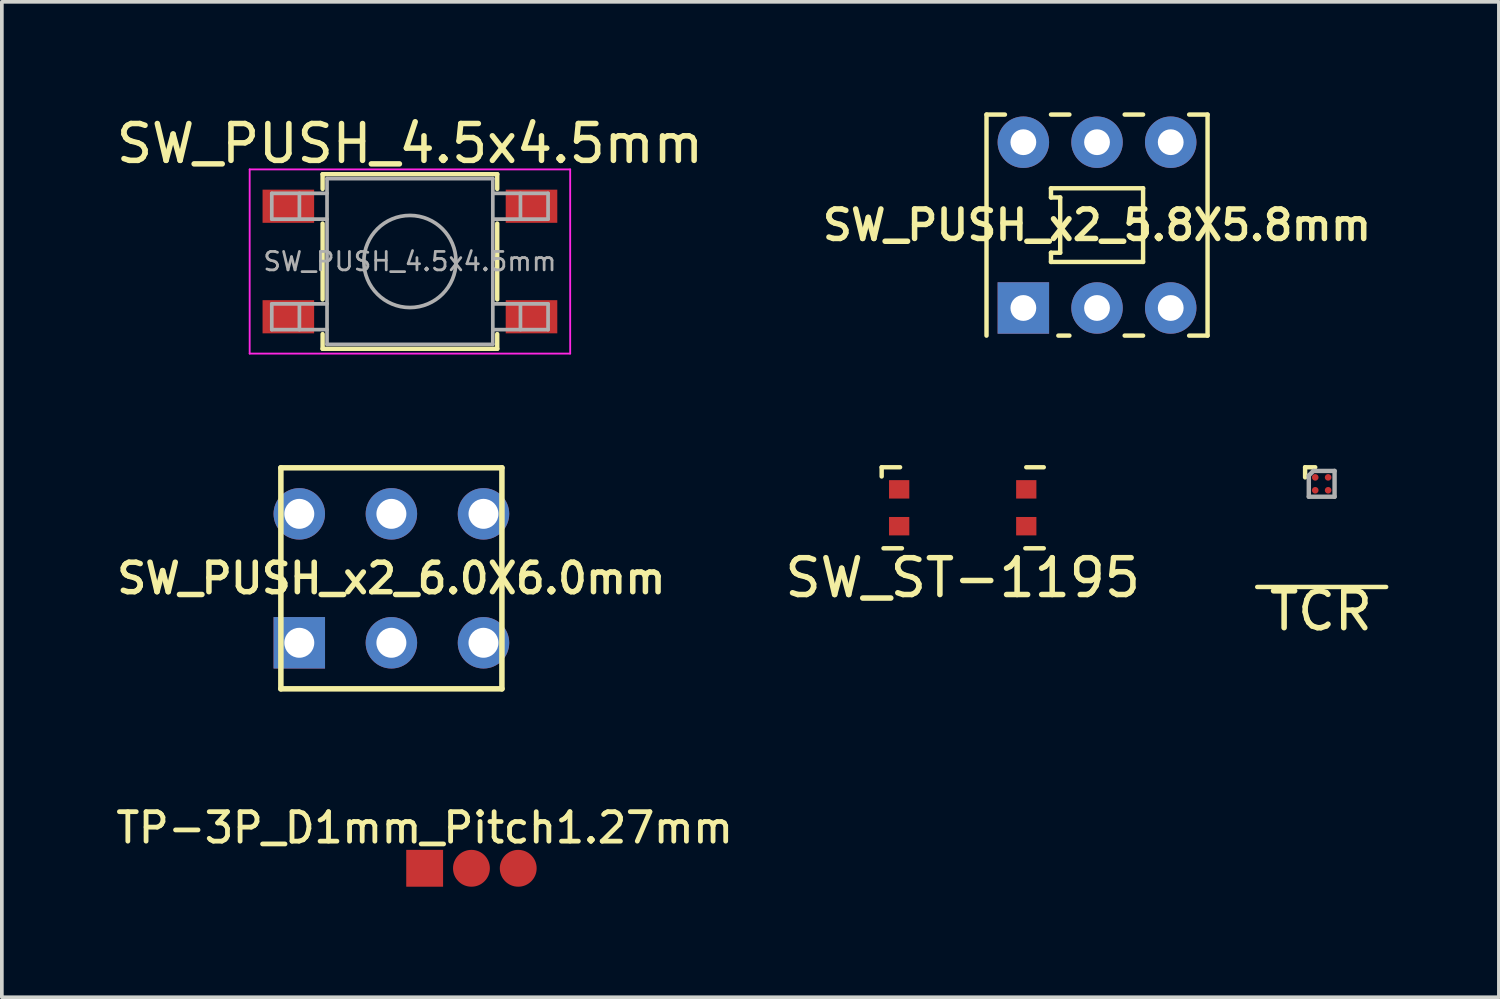
<source format=kicad_pcb>
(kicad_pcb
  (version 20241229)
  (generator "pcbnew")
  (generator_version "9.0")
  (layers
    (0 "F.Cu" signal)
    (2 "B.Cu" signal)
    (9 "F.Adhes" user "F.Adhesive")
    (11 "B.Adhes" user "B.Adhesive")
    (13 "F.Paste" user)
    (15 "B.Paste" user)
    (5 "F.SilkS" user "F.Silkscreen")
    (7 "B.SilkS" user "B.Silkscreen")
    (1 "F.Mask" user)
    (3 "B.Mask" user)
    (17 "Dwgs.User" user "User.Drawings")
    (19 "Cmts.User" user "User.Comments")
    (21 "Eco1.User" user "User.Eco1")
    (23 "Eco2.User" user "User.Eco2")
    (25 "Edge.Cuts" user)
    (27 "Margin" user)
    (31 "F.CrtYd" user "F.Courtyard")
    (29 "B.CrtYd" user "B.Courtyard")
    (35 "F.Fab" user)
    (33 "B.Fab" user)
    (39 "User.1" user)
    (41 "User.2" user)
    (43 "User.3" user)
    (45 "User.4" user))
  (footprint "SW_ST-1195"
    (layer "F.Cu")
    (at 23.082 10.733)
    (property "Reference" "SW_ST-1195" (at 0 1.9 0) (layer "F.SilkS") (effects (font (size 1 1) (thickness 0.15))))
    (attr through_hole)
    (fp_line (start -2.2 -1.1) (end -2.2 -0.85) (stroke (width 0.12) (type solid)) (layer "F.SilkS"))
    (fp_line (start -2.2 -1.1) (end -1.7 -1.1) (stroke (width 0.12) (type solid)) (layer "F.SilkS"))
    (fp_line (start -1.65 1.1) (end -2.15 1.1) (stroke (width 0.12) (type solid)) (layer "F.SilkS"))
    (fp_line (start 1.725 -1.1) (end 2.2 -1.1) (stroke (width 0.12) (type solid)) (layer "F.SilkS"))
    (fp_line (start 2.2 1.1) (end 1.7 1.1) (stroke (width 0.12) (type solid)) (layer "F.SilkS"))
    (pad "1" smd rect (at -1.725 -0.5) (size 0.55 0.5) (layers "F.Cu" "F.Mask" "F.Paste"))
    (pad "1" smd rect (at -1.725 0.5) (size 0.55 0.5) (layers "F.Cu" "F.Mask" "F.Paste"))
    (pad "2" smd rect (at 1.725 -0.5) (size 0.55 0.5) (layers "F.Cu" "F.Mask" "F.Paste"))
    (pad "2" smd rect (at 1.725 0.5) (size 0.55 0.5) (layers "F.Cu" "F.Mask" "F.Paste")))
  (footprint "TP-3P_D1mm_Pitch1.27mm"
    (layer "F.Cu")
    (at 8.477 20.519)
    (property "Reference" "TP-3P_D1mm_Pitch1.27mm" (at 0 -1.1 0) (layer "F.SilkS") (effects (font (size 0.8 0.8) (thickness 0.13))))
    (attr through_hole)
    (pad "1" smd rect (at 0 0) (size 1 1) (layers "F.Cu" "F.Mask"))
    (pad "2" smd circle (at 1.27 0) (size 1 1) (layers "F.Cu" "F.Mask"))
    (pad "3" smd circle (at 2.54 0) (size 1 1) (layers "F.Cu" "F.Mask")))
  (footprint "SW_PUSH_x2_6.0X6.0mm"
    (layer "F.Cu")
    (at 7.574 12.648)
    (property "Reference" "SW_PUSH_x2_6.0X6.0mm" (at 0 0 0) (layer "F.SilkS") (effects (font (size 0.8 0.8) (thickness 0.15))))
    (attr through_hole)
    (fp_line (start -3 -3) (end -3 3) (stroke (width 0.15) (type solid)) (layer "F.SilkS"))
    (fp_line (start -3 3) (end 3 3) (stroke (width 0.15) (type solid)) (layer "F.SilkS"))
    (fp_line (start 3 -3) (end -3 -3) (stroke (width 0.15) (type solid)) (layer "F.SilkS"))
    (fp_line (start 3 3) (end 3 -3) (stroke (width 0.15) (type solid)) (layer "F.SilkS"))
    (pad "1" thru_hole rect (at -2.5 1.75) (size 1.397 1.397) (drill 0.813) (layers "*.Cu" "*.Mask"))
    (pad "2" thru_hole circle (at 0 1.75) (size 1.397 1.397) (drill 0.813) (layers "*.Cu" "*.Mask"))
    (pad "3" thru_hole circle (at 2.5 1.75) (size 1.397 1.397) (drill 0.813) (layers "*.Cu" "*.Mask"))
    (pad "4" thru_hole circle (at 2.5 -1.75) (size 1.397 1.397) (drill 0.813) (layers "*.Cu" "*.Mask"))
    (pad "5" thru_hole circle (at 0 -1.75) (size 1.397 1.397) (drill 0.813) (layers "*.Cu" "*.Mask"))
    (pad "6" thru_hole circle (at -2.5 -1.75) (size 1.397 1.397) (drill 0.813) (layers "*.Cu" "*.Mask")))
  (footprint "TCR"
    (layer "F.Cu")
    (at 32.826 10.083)
    (property "Reference" "TCR" (at -0.02 3.45 0) (layer "F.SilkS") (effects (font (size 1 1) (thickness 0.15))))
    (attr through_hole)
    (fp_line (start -1.75 2.8) (end 1.75 2.8) (stroke (width 0.12) (type solid)) (layer "F.SilkS"))
    (fp_line (start -0.45 -0.45) (end -0.45 -0.175) (stroke (width 0.12) (type solid)) (layer "F.SilkS"))
    (fp_line (start -0.175 -0.45) (end -0.45 -0.45) (stroke (width 0.12) (type solid)) (layer "F.SilkS"))
    (fp_line (start -0.35 -0.225) (end -0.35 0.35) (stroke (width 0.12) (type solid)) (layer "F.Fab"))
    (fp_line (start -0.35 0.35) (end 0.35 0.35) (stroke (width 0.12) (type solid)) (layer "F.Fab"))
    (fp_line (start -0.225 -0.35) (end -0.35 -0.225) (stroke (width 0.12) (type solid)) (layer "F.Fab"))
    (fp_line (start 0.35 -0.35) (end -0.225 -0.35) (stroke (width 0.12) (type solid)) (layer "F.Fab"))
    (fp_line (start 0.35 0.35) (end 0.35 -0.35) (stroke (width 0.12) (type solid)) (layer "F.Fab"))
    (pad "A1" smd circle (at -0.175 -0.175) (size 0.18 0.18) (layers "F.Cu" "F.Mask" "F.Paste"))
    (pad "A2" smd circle (at 0.175 -0.175) (size 0.18 0.18) (layers "F.Cu" "F.Mask" "F.Paste"))
    (pad "B1" smd circle (at -0.175 0.175) (size 0.18 0.18) (layers "F.Cu" "F.Mask" "F.Paste"))
    (pad "B2" smd circle (at 0.175 0.175) (size 0.18 0.18) (layers "F.Cu" "F.Mask" "F.Paste")))
  (footprint "SW_PUSH_4.5x4.5mm"
    (layer "F.Cu")
    (at 8.077 4.048)
    (property "Reference" "SW_PUSH_4.5x4.5mm" (at 0 -3.2 0) (layer "F.SilkS") (effects (font (size 1 1) (thickness 0.15))))
    (attr smd)
    (fp_line (start -2.37 -2.37) (end -2.37 -1.97) (stroke (width 0.12) (type solid)) (layer "F.SilkS"))
    (fp_line (start -2.37 -2.37) (end 2.37 -2.37) (stroke (width 0.12) (type solid)) (layer "F.SilkS"))
    (fp_line (start -2.37 1.03) (end -2.37 -1.03) (stroke (width 0.12) (type solid)) (layer "F.SilkS"))
    (fp_line (start -2.37 2.37) (end -2.37 1.97) (stroke (width 0.12) (type solid)) (layer "F.SilkS"))
    (fp_line (start -2.37 2.37) (end 2.37 2.37) (stroke (width 0.12) (type solid)) (layer "F.SilkS"))
    (fp_line (start 2.37 -2.37) (end 2.37 -1.97) (stroke (width 0.12) (type solid)) (layer "F.SilkS"))
    (fp_line (start 2.37 1.03) (end 2.37 -1.03) (stroke (width 0.12) (type solid)) (layer "F.SilkS"))
    (fp_line (start 2.37 2.37) (end 2.37 1.97) (stroke (width 0.12) (type solid)) (layer "F.SilkS"))
    (fp_line (start -4.35 -2.5) (end 4.35 -2.5) (stroke (width 0.05) (type solid)) (layer "F.CrtYd"))
    (fp_line (start -4.35 2.5) (end -4.35 -2.5) (stroke (width 0.05) (type solid)) (layer "F.CrtYd"))
    (fp_line (start 4.35 -2.5) (end 4.35 2.5) (stroke (width 0.05) (type solid)) (layer "F.CrtYd"))
    (fp_line (start 4.35 2.5) (end -4.35 2.5) (stroke (width 0.05) (type solid)) (layer "F.CrtYd"))
    (fp_line (start -3.75 -1.85) (end -3.75 -1.15) (stroke (width 0.1) (type solid)) (layer "F.Fab"))
    (fp_line (start -3.75 -1.15) (end -2.25 -1.15) (stroke (width 0.1) (type solid)) (layer "F.Fab"))
    (fp_line (start -3.75 1.15) (end -3.75 1.85) (stroke (width 0.1) (type solid)) (layer "F.Fab"))
    (fp_line (start -3.75 1.85) (end -2.25 1.85) (stroke (width 0.1) (type solid)) (layer "F.Fab"))
    (fp_line (start -3 -1.85) (end -3 -1.15) (stroke (width 0.1) (type solid)) (layer "F.Fab"))
    (fp_line (start -3 1.15) (end -3 1.85) (stroke (width 0.1) (type solid)) (layer "F.Fab"))
    (fp_line (start -2.25 -2.25) (end 2.25 -2.25) (stroke (width 0.1) (type solid)) (layer "F.Fab"))
    (fp_line (start -2.25 -1.85) (end -3.75 -1.85) (stroke (width 0.1) (type solid)) (layer "F.Fab"))
    (fp_line (start -2.25 1.15) (end -3.75 1.15) (stroke (width 0.1) (type solid)) (layer "F.Fab"))
    (fp_line (start -2.25 2.25) (end -2.25 -2.25) (stroke (width 0.1) (type solid)) (layer "F.Fab"))
    (fp_line (start 2.25 -2.25) (end 2.25 2.25) (stroke (width 0.1) (type solid)) (layer "F.Fab"))
    (fp_line (start 2.25 -1.15) (end 3.75 -1.15) (stroke (width 0.1) (type solid)) (layer "F.Fab"))
    (fp_line (start 2.25 1.15) (end 3.75 1.15) (stroke (width 0.1) (type solid)) (layer "F.Fab"))
    (fp_line (start 2.25 2.25) (end -2.25 2.25) (stroke (width 0.1) (type solid)) (layer "F.Fab"))
    (fp_line (start 3 -1.85) (end 3 -1.15) (stroke (width 0.1) (type solid)) (layer "F.Fab"))
    (fp_line (start 3 1.15) (end 3 1.85) (stroke (width 0.1) (type solid)) (layer "F.Fab"))
    (fp_line (start 3.75 -1.85) (end 2.25 -1.85) (stroke (width 0.1) (type solid)) (layer "F.Fab"))
    (fp_line (start 3.75 -1.15) (end 3.75 -1.85) (stroke (width 0.1) (type solid)) (layer "F.Fab"))
    (fp_line (start 3.75 1.15) (end 3.75 1.85) (stroke (width 0.1) (type solid)) (layer "F.Fab"))
    (fp_line (start 3.75 1.85) (end 2.25 1.85) (stroke (width 0.1) (type solid)) (layer "F.Fab"))
    (fp_circle (center 0 0) (end 1.25 0) (stroke (width 0.1) (type solid)) (fill no) (layer "F.Fab"))
    (fp_text user "${REFERENCE}" (at 0 0 0) (layer "F.Fab") (effects (font (size 0.5 0.5) (thickness 0.075))))
    (pad "1" smd rect (at -3.3 -1.5) (size 1.4 0.9) (layers "F.Cu" "F.Mask" "F.Paste"))
    (pad "1" smd rect (at 3.3 -1.5) (size 1.4 0.9) (layers "F.Cu" "F.Mask" "F.Paste"))
    (pad "2" smd rect (at -3.3 1.5) (size 1.4 0.9) (layers "F.Cu" "F.Mask" "F.Paste"))
    (pad "2" smd rect (at 3.3 1.5) (size 1.4 0.9) (layers "F.Cu" "F.Mask" "F.Paste")))
  (footprint "SW_PUSH_x2_5.8X5.8mm"
    (layer "F.Cu")
    (at 26.728 3.06)
    (property "Reference" "SW_PUSH_x2_5.8X5.8mm" (at 0 0 0) (layer "F.SilkS") (effects (font (size 0.8 0.8) (thickness 0.15))))
    (attr through_hole)
    (fp_line (start -3 -3) (end -3 3) (stroke (width 0.12) (type solid)) (layer "F.SilkS"))
    (fp_line (start -2.5 -3) (end -3 -3) (stroke (width 0.12) (type solid)) (layer "F.SilkS"))
    (fp_line (start -1.25 -1) (end -1.25 -0.75) (stroke (width 0.12) (type solid)) (layer "F.SilkS"))
    (fp_line (start -1.25 -0.75) (end -1 -0.75) (stroke (width 0.12) (type solid)) (layer "F.SilkS"))
    (fp_line (start -1.25 0.75) (end -1 0.75) (stroke (width 0.12) (type solid)) (layer "F.SilkS"))
    (fp_line (start -1.25 1) (end -1.25 0.75) (stroke (width 0.12) (type solid)) (layer "F.SilkS"))
    (fp_line (start -1 -0.75) (end -1 0.75) (stroke (width 0.12) (type solid)) (layer "F.SilkS"))
    (fp_line (start -0.75 -3) (end -1.25 -3) (stroke (width 0.12) (type solid)) (layer "F.SilkS"))
    (fp_line (start -0.75 3) (end -1.05 3) (stroke (width 0.12) (type solid)) (layer "F.SilkS"))
    (fp_line (start 1.25 -3) (end 0.75 -3) (stroke (width 0.12) (type solid)) (layer "F.SilkS"))
    (fp_line (start 1.25 -1) (end -1.25 -1) (stroke (width 0.12) (type solid)) (layer "F.SilkS"))
    (fp_line (start 1.25 -1) (end 1.25 1) (stroke (width 0.12) (type solid)) (layer "F.SilkS"))
    (fp_line (start 1.25 1) (end -1.25 1) (stroke (width 0.12) (type solid)) (layer "F.SilkS"))
    (fp_line (start 1.25 3) (end 0.75 3) (stroke (width 0.12) (type solid)) (layer "F.SilkS"))
    (fp_line (start 3 -3) (end 2.5 -3) (stroke (width 0.12) (type solid)) (layer "F.SilkS"))
    (fp_line (start 3 3) (end 2.5 3) (stroke (width 0.12) (type solid)) (layer "F.SilkS"))
    (fp_line (start 3 3) (end 3 -3) (stroke (width 0.12) (type solid)) (layer "F.SilkS"))
    (pad "1" thru_hole rect (at -2 2.25) (size 1.397 1.397) (drill 0.7) (layers "*.Cu" "*.Mask"))
    (pad "2" thru_hole circle (at 0 2.25) (size 1.397 1.397) (drill 0.7) (layers "*.Cu" "*.Mask"))
    (pad "3" thru_hole circle (at 2 2.25) (size 1.397 1.397) (drill 0.7) (layers "*.Cu" "*.Mask"))
    (pad "4" thru_hole circle (at 2 -2.25) (size 1.397 1.397) (drill 0.7) (layers "*.Cu" "*.Mask"))
    (pad "5" thru_hole circle (at 0 -2.25) (size 1.397 1.397) (drill 0.7) (layers "*.Cu" "*.Mask"))
    (pad "6" thru_hole circle (at -2 -2.25) (size 1.397 1.397) (drill 0.7) (layers "*.Cu" "*.Mask")))
  (gr_rect
    (start -3 -3)
    (end 37.636 24.019)
    (stroke (width 0.1) (type default))
    (fill no)
    (layer "Edge.Cuts")))
</source>
